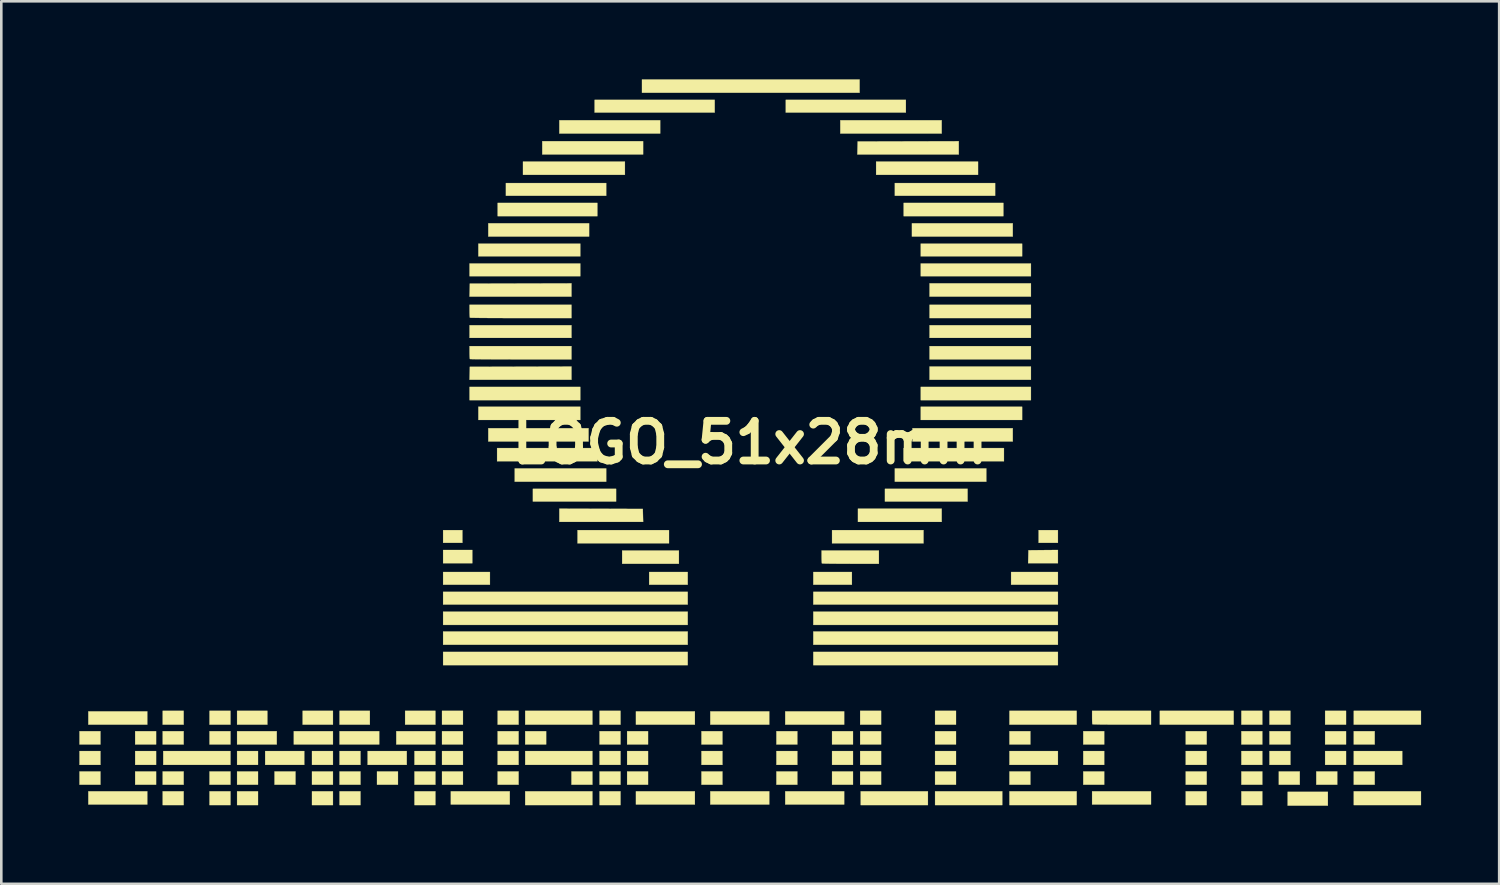
<source format=kicad_pcb>
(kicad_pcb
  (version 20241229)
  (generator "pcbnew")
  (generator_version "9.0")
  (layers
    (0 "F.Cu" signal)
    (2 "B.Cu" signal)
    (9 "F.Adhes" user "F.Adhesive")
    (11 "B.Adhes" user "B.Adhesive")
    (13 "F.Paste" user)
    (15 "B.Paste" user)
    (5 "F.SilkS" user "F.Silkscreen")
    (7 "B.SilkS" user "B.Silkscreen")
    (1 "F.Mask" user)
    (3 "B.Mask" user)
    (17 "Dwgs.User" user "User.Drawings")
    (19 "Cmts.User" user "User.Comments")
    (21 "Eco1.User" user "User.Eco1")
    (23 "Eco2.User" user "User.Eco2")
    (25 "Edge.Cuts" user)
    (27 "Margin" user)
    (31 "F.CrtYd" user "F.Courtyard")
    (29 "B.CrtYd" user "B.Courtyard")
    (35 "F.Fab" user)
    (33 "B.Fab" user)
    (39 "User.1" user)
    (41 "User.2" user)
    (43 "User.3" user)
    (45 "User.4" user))
  (footprint "LOGO_51x28mm"
    (layer "F.Cu")
    (at 25.765 13.954)
    (property "Reference" "LOGO_51x28mm" (at 0 0 0) (layer "F.SilkS") (effects (font (size 1.524 1.524) (thickness 0.3))))
    (attr through_hole)
    (fp_poly (pts (xy -24.956 11.599) (xy -25.76 11.599) (xy -25.76 11.091) (xy -24.956 11.091) (xy -24.956 11.599)) (stroke (width 0.01) (type solid)) (fill yes) (layer "F.SilkS"))
    (fp_poly (pts (xy -24.956 12.383) (xy -25.76 12.383) (xy -25.76 11.853) (xy -24.956 11.853) (xy -24.956 12.383)) (stroke (width 0.01) (type solid)) (fill yes) (layer "F.SilkS"))
    (fp_poly (pts (xy -24.956 13.145) (xy -25.76 13.145) (xy -25.76 12.636) (xy -24.956 12.636) (xy -24.956 13.145)) (stroke (width 0.01) (type solid)) (fill yes) (layer "F.SilkS"))
    (fp_poly (pts (xy -23.156 10.837) (xy -25.421 10.837) (xy -25.421 10.329) (xy -23.156 10.329) (xy -23.156 10.837)) (stroke (width 0.01) (type solid)) (fill yes) (layer "F.SilkS"))
    (fp_poly (pts (xy -23.156 13.906) (xy -25.421 13.906) (xy -25.421 13.399) (xy -23.156 13.399) (xy -23.156 13.906)) (stroke (width 0.01) (type solid)) (fill yes) (layer "F.SilkS"))
    (fp_poly (pts (xy -22.818 11.599) (xy -23.622 11.599) (xy -23.622 11.091) (xy -22.818 11.091) (xy -22.818 11.599)) (stroke (width 0.01) (type solid)) (fill yes) (layer "F.SilkS"))
    (fp_poly (pts (xy -22.818 12.383) (xy -23.622 12.383) (xy -23.622 11.853) (xy -22.818 11.853) (xy -22.818 12.383)) (stroke (width 0.01) (type solid)) (fill yes) (layer "F.SilkS"))
    (fp_poly (pts (xy -22.818 13.145) (xy -23.622 13.145) (xy -23.622 12.636) (xy -22.818 12.636) (xy -22.818 13.145)) (stroke (width 0.01) (type solid)) (fill yes) (layer "F.SilkS"))
    (fp_poly (pts (xy -21.759 10.837) (xy -22.564 10.837) (xy -22.564 10.308) (xy -21.759 10.308) (xy -21.759 10.837)) (stroke (width 0.01) (type solid)) (fill yes) (layer "F.SilkS"))
    (fp_poly (pts (xy -21.759 11.599) (xy -22.564 11.599) (xy -22.564 11.091) (xy -21.759 11.091) (xy -21.759 11.599)) (stroke (width 0.01) (type solid)) (fill yes) (layer "F.SilkS"))
    (fp_poly (pts (xy -21.759 13.145) (xy -22.564 13.145) (xy -22.564 12.636) (xy -21.759 12.636) (xy -21.759 13.145)) (stroke (width 0.01) (type solid)) (fill yes) (layer "F.SilkS"))
    (fp_poly (pts (xy -21.759 13.928) (xy -22.564 13.928) (xy -22.564 13.399) (xy -21.759 13.399) (xy -21.759 13.928)) (stroke (width 0.01) (type solid)) (fill yes) (layer "F.SilkS"))
    (fp_poly (pts (xy -19.96 10.837) (xy -20.765 10.837) (xy -20.765 10.308) (xy -19.96 10.308) (xy -19.96 10.837)) (stroke (width 0.01) (type solid)) (fill yes) (layer "F.SilkS"))
    (fp_poly (pts (xy -19.96 11.599) (xy -20.765 11.599) (xy -20.765 11.091) (xy -19.96 11.091) (xy -19.96 11.599)) (stroke (width 0.01) (type solid)) (fill yes) (layer "F.SilkS"))
    (fp_poly (pts (xy -19.96 12.383) (xy -22.543 12.383) (xy -22.543 11.853) (xy -19.96 11.853) (xy -19.96 12.383)) (stroke (width 0.01) (type solid)) (fill yes) (layer "F.SilkS"))
    (fp_poly (pts (xy -19.96 13.145) (xy -20.765 13.145) (xy -20.765 12.636) (xy -19.96 12.636) (xy -19.96 13.145)) (stroke (width 0.01) (type solid)) (fill yes) (layer "F.SilkS"))
    (fp_poly (pts (xy -19.96 13.928) (xy -20.765 13.928) (xy -20.765 13.399) (xy -19.96 13.399) (xy -19.96 13.928)) (stroke (width 0.01) (type solid)) (fill yes) (layer "F.SilkS"))
    (fp_poly (pts (xy -18.902 12.383) (xy -19.706 12.383) (xy -19.706 11.853) (xy -18.902 11.853) (xy -18.902 12.383)) (stroke (width 0.01) (type solid)) (fill yes) (layer "F.SilkS"))
    (fp_poly (pts (xy -18.902 13.145) (xy -19.706 13.145) (xy -19.706 12.636) (xy -18.902 12.636) (xy -18.902 13.145)) (stroke (width 0.01) (type solid)) (fill yes) (layer "F.SilkS"))
    (fp_poly (pts (xy -18.902 13.928) (xy -19.706 13.928) (xy -19.706 13.399) (xy -18.902 13.399) (xy -18.902 13.928)) (stroke (width 0.01) (type solid)) (fill yes) (layer "F.SilkS"))
    (fp_poly (pts (xy -18.542 10.837) (xy -19.706 10.837) (xy -19.706 10.308) (xy -18.542 10.308) (xy -18.542 10.837)) (stroke (width 0.01) (type solid)) (fill yes) (layer "F.SilkS"))
    (fp_poly (pts (xy -18.182 11.599) (xy -19.706 11.599) (xy -19.706 11.091) (xy -18.182 11.091) (xy -18.182 11.599)) (stroke (width 0.01) (type solid)) (fill yes) (layer "F.SilkS"))
    (fp_poly (pts (xy -17.462 13.145) (xy -18.267 13.145) (xy -18.267 12.636) (xy -17.462 12.636) (xy -17.462 13.145)) (stroke (width 0.01) (type solid)) (fill yes) (layer "F.SilkS"))
    (fp_poly (pts (xy -17.124 12.383) (xy -18.627 12.383) (xy -18.627 11.853) (xy -17.124 11.853) (xy -17.124 12.383)) (stroke (width 0.01) (type solid)) (fill yes) (layer "F.SilkS"))
    (fp_poly (pts (xy -16.023 10.837) (xy -17.187 10.837) (xy -17.187 10.308) (xy -16.023 10.308) (xy -16.023 10.837)) (stroke (width 0.01) (type solid)) (fill yes) (layer "F.SilkS"))
    (fp_poly (pts (xy -16.023 11.599) (xy -17.526 11.599) (xy -17.526 11.091) (xy -16.023 11.091) (xy -16.023 11.599)) (stroke (width 0.01) (type solid)) (fill yes) (layer "F.SilkS"))
    (fp_poly (pts (xy -16.023 12.383) (xy -16.828 12.383) (xy -16.828 11.853) (xy -16.023 11.853) (xy -16.023 12.383)) (stroke (width 0.01) (type solid)) (fill yes) (layer "F.SilkS"))
    (fp_poly (pts (xy -16.023 13.145) (xy -16.828 13.145) (xy -16.828 12.636) (xy -16.023 12.636) (xy -16.023 13.145)) (stroke (width 0.01) (type solid)) (fill yes) (layer "F.SilkS"))
    (fp_poly (pts (xy -16.023 13.928) (xy -16.828 13.928) (xy -16.828 13.399) (xy -16.023 13.399) (xy -16.023 13.928)) (stroke (width 0.01) (type solid)) (fill yes) (layer "F.SilkS"))
    (fp_poly (pts (xy -14.965 12.383) (xy -15.769 12.383) (xy -15.769 11.853) (xy -14.965 11.853) (xy -14.965 12.383)) (stroke (width 0.01) (type solid)) (fill yes) (layer "F.SilkS"))
    (fp_poly (pts (xy -14.965 13.145) (xy -15.769 13.145) (xy -15.769 12.636) (xy -14.965 12.636) (xy -14.965 13.145)) (stroke (width 0.01) (type solid)) (fill yes) (layer "F.SilkS"))
    (fp_poly (pts (xy -14.965 13.928) (xy -15.769 13.928) (xy -15.769 13.399) (xy -14.965 13.399) (xy -14.965 13.928)) (stroke (width 0.01) (type solid)) (fill yes) (layer "F.SilkS"))
    (fp_poly (pts (xy -14.605 10.837) (xy -15.769 10.837) (xy -15.769 10.308) (xy -14.605 10.308) (xy -14.605 10.837)) (stroke (width 0.01) (type solid)) (fill yes) (layer "F.SilkS"))
    (fp_poly (pts (xy -14.245 11.599) (xy -15.769 11.599) (xy -15.769 11.091) (xy -14.245 11.091) (xy -14.245 11.599)) (stroke (width 0.01) (type solid)) (fill yes) (layer "F.SilkS"))
    (fp_poly (pts (xy -13.525 13.145) (xy -14.33 13.145) (xy -14.33 12.636) (xy -13.525 12.636) (xy -13.525 13.145)) (stroke (width 0.01) (type solid)) (fill yes) (layer "F.SilkS"))
    (fp_poly (pts (xy -13.187 12.383) (xy -14.69 12.383) (xy -14.69 11.853) (xy -13.187 11.853) (xy -13.187 12.383)) (stroke (width 0.01) (type solid)) (fill yes) (layer "F.SilkS"))
    (fp_poly (pts (xy -12.086 10.837) (xy -13.25 10.837) (xy -13.25 10.308) (xy -12.086 10.308) (xy -12.086 10.837)) (stroke (width 0.01) (type solid)) (fill yes) (layer "F.SilkS"))
    (fp_poly (pts (xy -12.086 11.599) (xy -13.589 11.599) (xy -13.589 11.091) (xy -12.086 11.091) (xy -12.086 11.599)) (stroke (width 0.01) (type solid)) (fill yes) (layer "F.SilkS"))
    (fp_poly (pts (xy -12.086 12.383) (xy -12.89 12.383) (xy -12.89 11.853) (xy -12.086 11.853) (xy -12.086 12.383)) (stroke (width 0.01) (type solid)) (fill yes) (layer "F.SilkS"))
    (fp_poly (pts (xy -12.086 13.145) (xy -12.89 13.145) (xy -12.89 12.636) (xy -12.086 12.636) (xy -12.086 13.145)) (stroke (width 0.01) (type solid)) (fill yes) (layer "F.SilkS"))
    (fp_poly (pts (xy -12.086 13.928) (xy -12.89 13.928) (xy -12.89 13.399) (xy -12.086 13.399) (xy -12.086 13.928)) (stroke (width 0.01) (type solid)) (fill yes) (layer "F.SilkS"))
    (fp_poly (pts (xy -11.049 3.852) (xy -11.79 3.852) (xy -11.79 3.365) (xy -11.049 3.365) (xy -11.049 3.852)) (stroke (width 0.01) (type solid)) (fill yes) (layer "F.SilkS"))
    (fp_poly (pts (xy -11.028 10.837) (xy -11.832 10.837) (xy -11.832 10.308) (xy -11.028 10.308) (xy -11.028 10.837)) (stroke (width 0.01) (type solid)) (fill yes) (layer "F.SilkS"))
    (fp_poly (pts (xy -11.028 11.599) (xy -11.832 11.599) (xy -11.832 11.091) (xy -11.028 11.091) (xy -11.028 11.599)) (stroke (width 0.01) (type solid)) (fill yes) (layer "F.SilkS"))
    (fp_poly (pts (xy -11.028 12.383) (xy -11.832 12.383) (xy -11.832 11.853) (xy -11.028 11.853) (xy -11.028 12.383)) (stroke (width 0.01) (type solid)) (fill yes) (layer "F.SilkS"))
    (fp_poly (pts (xy -11.028 13.145) (xy -11.832 13.145) (xy -11.832 12.636) (xy -11.028 12.636) (xy -11.028 13.145)) (stroke (width 0.01) (type solid)) (fill yes) (layer "F.SilkS"))
    (fp_poly (pts (xy -10.668 4.636) (xy -11.79 4.636) (xy -11.79 4.128) (xy -10.668 4.128) (xy -10.668 4.636)) (stroke (width 0.01) (type solid)) (fill yes) (layer "F.SilkS"))
    (fp_poly (pts (xy -9.991 5.461) (xy -11.79 5.461) (xy -11.79 4.974) (xy -9.991 4.974) (xy -9.991 5.461)) (stroke (width 0.01) (type solid)) (fill yes) (layer "F.SilkS"))
    (fp_poly (pts (xy -9.229 13.906) (xy -11.493 13.906) (xy -11.493 13.399) (xy -9.229 13.399) (xy -9.229 13.906)) (stroke (width 0.01) (type solid)) (fill yes) (layer "F.SilkS"))
    (fp_poly (pts (xy -8.89 10.837) (xy -9.694 10.837) (xy -9.694 10.308) (xy -8.89 10.308) (xy -8.89 10.837)) (stroke (width 0.01) (type solid)) (fill yes) (layer "F.SilkS"))
    (fp_poly (pts (xy -8.89 11.599) (xy -9.694 11.599) (xy -9.694 11.091) (xy -8.89 11.091) (xy -8.89 11.599)) (stroke (width 0.01) (type solid)) (fill yes) (layer "F.SilkS"))
    (fp_poly (pts (xy -8.89 12.383) (xy -9.694 12.383) (xy -9.694 11.853) (xy -8.89 11.853) (xy -8.89 12.383)) (stroke (width 0.01) (type solid)) (fill yes) (layer "F.SilkS"))
    (fp_poly (pts (xy -8.89 13.145) (xy -9.694 13.145) (xy -9.694 12.636) (xy -8.89 12.636) (xy -8.89 13.145)) (stroke (width 0.01) (type solid)) (fill yes) (layer "F.SilkS"))
    (fp_poly (pts (xy -7.832 11.599) (xy -8.636 11.599) (xy -8.636 11.091) (xy -7.832 11.091) (xy -7.832 11.599)) (stroke (width 0.01) (type solid)) (fill yes) (layer "F.SilkS"))
    (fp_poly (pts (xy -6.858 -4.022) (xy -10.774 -4.022) (xy -10.774 -4.508) (xy -6.858 -4.508) (xy -6.858 -4.022)) (stroke (width 0.01) (type solid)) (fill yes) (layer "F.SilkS"))
    (fp_poly (pts (xy -6.519 -7.154) (xy -10.435 -7.154) (xy -10.435 -7.641) (xy -6.519 -7.641) (xy -6.519 -7.154)) (stroke (width 0.01) (type solid)) (fill yes) (layer "F.SilkS"))
    (fp_poly (pts (xy -6.519 -6.392) (xy -10.774 -6.392) (xy -10.774 -6.879) (xy -6.519 -6.879) (xy -6.519 -6.392)) (stroke (width 0.01) (type solid)) (fill yes) (layer "F.SilkS"))
    (fp_poly (pts (xy -6.519 -1.63) (xy -10.774 -1.63) (xy -10.774 -2.138) (xy -6.519 -2.138) (xy -6.519 -1.63)) (stroke (width 0.01) (type solid)) (fill yes) (layer "F.SilkS"))
    (fp_poly (pts (xy -6.519 -0.868) (xy -10.435 -0.868) (xy -10.435 -1.376) (xy -6.519 -1.376) (xy -6.519 -0.868)) (stroke (width 0.01) (type solid)) (fill yes) (layer "F.SilkS"))
    (fp_poly (pts (xy -6.202 -0.042) (xy -10.054 -0.042) (xy -10.054 -0.55) (xy -6.202 -0.55) (xy -6.202 -0.042)) (stroke (width 0.01) (type solid)) (fill yes) (layer "F.SilkS"))
    (fp_poly (pts (xy -6.181 -7.916) (xy -10.054 -7.916) (xy -10.054 -8.424) (xy -6.181 -8.424) (xy -6.181 -7.916)) (stroke (width 0.01) (type solid)) (fill yes) (layer "F.SilkS"))
    (fp_poly (pts (xy -6.054 10.837) (xy -8.636 10.837) (xy -8.636 10.308) (xy -6.054 10.308) (xy -6.054 10.837)) (stroke (width 0.01) (type solid)) (fill yes) (layer "F.SilkS"))
    (fp_poly (pts (xy -6.054 12.383) (xy -8.636 12.383) (xy -8.636 11.853) (xy -6.054 11.853) (xy -6.054 12.383)) (stroke (width 0.01) (type solid)) (fill yes) (layer "F.SilkS"))
    (fp_poly (pts (xy -6.054 13.145) (xy -6.858 13.145) (xy -6.858 12.636) (xy -6.054 12.636) (xy -6.054 13.145)) (stroke (width 0.01) (type solid)) (fill yes) (layer "F.SilkS"))
    (fp_poly (pts (xy -6.054 13.928) (xy -8.636 13.928) (xy -8.636 13.399) (xy -6.054 13.399) (xy -6.054 13.928)) (stroke (width 0.01) (type solid)) (fill yes) (layer "F.SilkS"))
    (fp_poly (pts (xy -5.863 -8.7) (xy -9.694 -8.7) (xy -9.694 -9.207) (xy -5.863 -9.207) (xy -5.863 -8.7)) (stroke (width 0.01) (type solid)) (fill yes) (layer "F.SilkS"))
    (fp_poly (pts (xy -5.863 0.72) (xy -9.716 0.72) (xy -9.716 0.212) (xy -5.863 0.212) (xy -5.863 0.72)) (stroke (width 0.01) (type solid)) (fill yes) (layer "F.SilkS"))
    (fp_poly (pts (xy -5.524 -9.483) (xy -9.377 -9.483) (xy -9.377 -9.97) (xy -5.524 -9.97) (xy -5.524 -9.483)) (stroke (width 0.01) (type solid)) (fill yes) (layer "F.SilkS"))
    (fp_poly (pts (xy -5.524 1.503) (xy -9.038 1.503) (xy -9.038 0.995) (xy -5.524 0.995) (xy -5.524 1.503)) (stroke (width 0.01) (type solid)) (fill yes) (layer "F.SilkS"))
    (fp_poly (pts (xy -5.144 2.265) (xy -8.34 2.265) (xy -8.34 1.778) (xy -5.144 1.778) (xy -5.144 2.265)) (stroke (width 0.01) (type solid)) (fill yes) (layer "F.SilkS"))
    (fp_poly (pts (xy -4.974 10.837) (xy -5.779 10.837) (xy -5.779 10.308) (xy -4.974 10.308) (xy -4.974 10.837)) (stroke (width 0.01) (type solid)) (fill yes) (layer "F.SilkS"))
    (fp_poly (pts (xy -4.974 11.599) (xy -5.779 11.599) (xy -5.779 11.091) (xy -4.974 11.091) (xy -4.974 11.599)) (stroke (width 0.01) (type solid)) (fill yes) (layer "F.SilkS"))
    (fp_poly (pts (xy -4.974 12.383) (xy -5.779 12.383) (xy -5.779 11.853) (xy -4.974 11.853) (xy -4.974 12.383)) (stroke (width 0.01) (type solid)) (fill yes) (layer "F.SilkS"))
    (fp_poly (pts (xy -4.974 13.145) (xy -5.779 13.145) (xy -5.779 12.636) (xy -4.974 12.636) (xy -4.974 13.145)) (stroke (width 0.01) (type solid)) (fill yes) (layer "F.SilkS"))
    (fp_poly (pts (xy -4.974 13.928) (xy -5.779 13.928) (xy -5.779 13.399) (xy -4.974 13.399) (xy -4.974 13.928)) (stroke (width 0.01) (type solid)) (fill yes) (layer "F.SilkS"))
    (fp_poly (pts (xy -4.805 -10.287) (xy -8.721 -10.287) (xy -8.721 -10.795) (xy -4.805 -10.795) (xy -4.805 -10.287)) (stroke (width 0.01) (type solid)) (fill yes) (layer "F.SilkS"))
    (fp_poly (pts (xy -4.106 -11.07) (xy -7.98 -11.07) (xy -7.98 -11.578) (xy -4.106 -11.578) (xy -4.106 -11.07)) (stroke (width 0.01) (type solid)) (fill yes) (layer "F.SilkS"))
    (fp_poly (pts (xy -3.916 11.599) (xy -4.72 11.599) (xy -4.72 11.091) (xy -3.916 11.091) (xy -3.916 11.599)) (stroke (width 0.01) (type solid)) (fill yes) (layer "F.SilkS"))
    (fp_poly (pts (xy -3.916 12.383) (xy -4.72 12.383) (xy -4.72 11.853) (xy -3.916 11.853) (xy -3.916 12.383)) (stroke (width 0.01) (type solid)) (fill yes) (layer "F.SilkS"))
    (fp_poly (pts (xy -3.916 13.145) (xy -4.72 13.145) (xy -4.72 12.636) (xy -3.916 12.636) (xy -3.916 13.145)) (stroke (width 0.01) (type solid)) (fill yes) (layer "F.SilkS"))
    (fp_poly (pts (xy -3.45 -11.874) (xy -7.324 -11.874) (xy -7.324 -12.383) (xy -3.45 -12.383) (xy -3.45 -11.874)) (stroke (width 0.01) (type solid)) (fill yes) (layer "F.SilkS"))
    (fp_poly (pts (xy -3.111 3.873) (xy -6.625 3.873) (xy -6.625 3.365) (xy -3.111 3.365) (xy -3.111 3.873)) (stroke (width 0.01) (type solid)) (fill yes) (layer "F.SilkS"))
    (fp_poly (pts (xy -2.731 4.657) (xy -4.911 4.657) (xy -4.911 4.149) (xy -2.731 4.149) (xy -2.731 4.657)) (stroke (width 0.01) (type solid)) (fill yes) (layer "F.SilkS"))
    (fp_poly (pts (xy -2.392 5.461) (xy -3.873 5.461) (xy -3.873 4.974) (xy -2.392 4.974) (xy -2.392 5.461)) (stroke (width 0.01) (type solid)) (fill yes) (layer "F.SilkS"))
    (fp_poly (pts (xy -2.392 6.223) (xy -11.79 6.223) (xy -11.79 5.736) (xy -2.392 5.736) (xy -2.392 6.223)) (stroke (width 0.01) (type solid)) (fill yes) (layer "F.SilkS"))
    (fp_poly (pts (xy -2.392 7.006) (xy -11.79 7.006) (xy -11.79 6.498) (xy -2.392 6.498) (xy -2.392 7.006)) (stroke (width 0.01) (type solid)) (fill yes) (layer "F.SilkS"))
    (fp_poly (pts (xy -2.392 7.768) (xy -11.79 7.768) (xy -11.79 7.26) (xy -2.392 7.26) (xy -2.392 7.768)) (stroke (width 0.01) (type solid)) (fill yes) (layer "F.SilkS"))
    (fp_poly (pts (xy -2.392 8.551) (xy -11.79 8.551) (xy -11.79 8.043) (xy -2.392 8.043) (xy -2.392 8.551)) (stroke (width 0.01) (type solid)) (fill yes) (layer "F.SilkS"))
    (fp_poly (pts (xy -2.117 10.837) (xy -4.381 10.837) (xy -4.381 10.329) (xy -2.117 10.329) (xy -2.117 10.837)) (stroke (width 0.01) (type solid)) (fill yes) (layer "F.SilkS"))
    (fp_poly (pts (xy -2.117 13.906) (xy -4.381 13.906) (xy -4.381 13.399) (xy -2.117 13.399) (xy -2.117 13.906)) (stroke (width 0.01) (type solid)) (fill yes) (layer "F.SilkS"))
    (fp_poly (pts (xy -1.355 -12.679) (xy -5.969 -12.679) (xy -5.969 -13.166) (xy -1.355 -13.166) (xy -1.355 -12.679)) (stroke (width 0.01) (type solid)) (fill yes) (layer "F.SilkS"))
    (fp_poly (pts (xy -1.058 11.599) (xy -1.863 11.599) (xy -1.863 11.091) (xy -1.058 11.091) (xy -1.058 11.599)) (stroke (width 0.01) (type solid)) (fill yes) (layer "F.SilkS"))
    (fp_poly (pts (xy -1.058 12.383) (xy -1.863 12.383) (xy -1.863 11.853) (xy -1.058 11.853) (xy -1.058 12.383)) (stroke (width 0.01) (type solid)) (fill yes) (layer "F.SilkS"))
    (fp_poly (pts (xy -1.058 13.145) (xy -1.863 13.145) (xy -1.863 12.636) (xy -1.058 12.636) (xy -1.058 13.145)) (stroke (width 0.01) (type solid)) (fill yes) (layer "F.SilkS"))
    (fp_poly (pts (xy 0.741 10.837) (xy -1.524 10.837) (xy -1.524 10.329) (xy 0.741 10.329) (xy 0.741 10.837)) (stroke (width 0.01) (type solid)) (fill yes) (layer "F.SilkS"))
    (fp_poly (pts (xy 0.741 13.906) (xy -1.524 13.906) (xy -1.524 13.399) (xy 0.741 13.399) (xy 0.741 13.906)) (stroke (width 0.01) (type solid)) (fill yes) (layer "F.SilkS"))
    (fp_poly (pts (xy 1.82 11.599) (xy 1.016 11.599) (xy 1.016 11.091) (xy 1.82 11.091) (xy 1.82 11.599)) (stroke (width 0.01) (type solid)) (fill yes) (layer "F.SilkS"))
    (fp_poly (pts (xy 1.82 12.383) (xy 1.016 12.383) (xy 1.016 11.853) (xy 1.82 11.853) (xy 1.82 12.383)) (stroke (width 0.01) (type solid)) (fill yes) (layer "F.SilkS"))
    (fp_poly (pts (xy 1.82 13.145) (xy 1.016 13.145) (xy 1.016 12.636) (xy 1.82 12.636) (xy 1.82 13.145)) (stroke (width 0.01) (type solid)) (fill yes) (layer "F.SilkS"))
    (fp_poly (pts (xy 3.619 10.837) (xy 1.355 10.837) (xy 1.355 10.329) (xy 3.619 10.329) (xy 3.619 10.837)) (stroke (width 0.01) (type solid)) (fill yes) (layer "F.SilkS"))
    (fp_poly (pts (xy 3.619 13.906) (xy 1.355 13.906) (xy 1.355 13.399) (xy 3.619 13.399) (xy 3.619 13.906)) (stroke (width 0.01) (type solid)) (fill yes) (layer "F.SilkS"))
    (fp_poly (pts (xy 3.916 5.461) (xy 2.434 5.461) (xy 2.434 4.974) (xy 3.916 4.974) (xy 3.916 5.461)) (stroke (width 0.01) (type solid)) (fill yes) (layer "F.SilkS"))
    (fp_poly (pts (xy 3.958 11.599) (xy 3.154 11.599) (xy 3.154 11.091) (xy 3.958 11.091) (xy 3.958 11.599)) (stroke (width 0.01) (type solid)) (fill yes) (layer "F.SilkS"))
    (fp_poly (pts (xy 3.958 12.383) (xy 3.154 12.383) (xy 3.154 11.853) (xy 3.958 11.853) (xy 3.958 12.383)) (stroke (width 0.01) (type solid)) (fill yes) (layer "F.SilkS"))
    (fp_poly (pts (xy 3.958 13.145) (xy 3.154 13.145) (xy 3.154 12.636) (xy 3.958 12.636) (xy 3.958 13.145)) (stroke (width 0.01) (type solid)) (fill yes) (layer "F.SilkS"))
    (fp_poly (pts (xy 4.212 -13.441) (xy -4.149 -13.441) (xy -4.149 -13.949) (xy 4.212 -13.949) (xy 4.212 -13.441)) (stroke (width 0.01) (type solid)) (fill yes) (layer "F.SilkS"))
    (fp_poly (pts (xy 5.038 10.837) (xy 4.233 10.837) (xy 4.233 10.308) (xy 5.038 10.308) (xy 5.038 10.837)) (stroke (width 0.01) (type solid)) (fill yes) (layer "F.SilkS"))
    (fp_poly (pts (xy 5.038 11.599) (xy 4.233 11.599) (xy 4.233 11.091) (xy 5.038 11.091) (xy 5.038 11.599)) (stroke (width 0.01) (type solid)) (fill yes) (layer "F.SilkS"))
    (fp_poly (pts (xy 5.038 12.383) (xy 4.233 12.383) (xy 4.233 11.853) (xy 5.038 11.853) (xy 5.038 12.383)) (stroke (width 0.01) (type solid)) (fill yes) (layer "F.SilkS"))
    (fp_poly (pts (xy 5.038 13.145) (xy 4.233 13.145) (xy 4.233 12.636) (xy 5.038 12.636) (xy 5.038 13.145)) (stroke (width 0.01) (type solid)) (fill yes) (layer "F.SilkS"))
    (fp_poly (pts (xy 5.99 -12.679) (xy 1.376 -12.679) (xy 1.376 -13.166) (xy 5.99 -13.166) (xy 5.99 -12.679)) (stroke (width 0.01) (type solid)) (fill yes) (layer "F.SilkS"))
    (fp_poly (pts (xy 6.668 3.873) (xy 3.154 3.873) (xy 3.154 3.365) (xy 6.668 3.365) (xy 6.668 3.873)) (stroke (width 0.01) (type solid)) (fill yes) (layer "F.SilkS"))
    (fp_poly (pts (xy 6.837 13.928) (xy 4.255 13.928) (xy 4.255 13.399) (xy 6.837 13.399) (xy 6.837 13.928)) (stroke (width 0.01) (type solid)) (fill yes) (layer "F.SilkS"))
    (fp_poly (pts (xy 7.366 -11.874) (xy 3.471 -11.874) (xy 3.471 -12.383) (xy 7.366 -12.383) (xy 7.366 -11.874)) (stroke (width 0.01) (type solid)) (fill yes) (layer "F.SilkS"))
    (fp_poly (pts (xy 7.366 3.048) (xy 4.149 3.048) (xy 4.149 2.54) (xy 7.366 2.54) (xy 7.366 3.048)) (stroke (width 0.01) (type solid)) (fill yes) (layer "F.SilkS"))
    (fp_poly (pts (xy 7.916 10.837) (xy 7.112 10.837) (xy 7.112 10.308) (xy 7.916 10.308) (xy 7.916 10.837)) (stroke (width 0.01) (type solid)) (fill yes) (layer "F.SilkS"))
    (fp_poly (pts (xy 7.916 11.599) (xy 7.112 11.599) (xy 7.112 11.091) (xy 7.916 11.091) (xy 7.916 11.599)) (stroke (width 0.01) (type solid)) (fill yes) (layer "F.SilkS"))
    (fp_poly (pts (xy 7.916 12.383) (xy 7.112 12.383) (xy 7.112 11.853) (xy 7.916 11.853) (xy 7.916 12.383)) (stroke (width 0.01) (type solid)) (fill yes) (layer "F.SilkS"))
    (fp_poly (pts (xy 7.916 13.145) (xy 7.112 13.145) (xy 7.112 12.636) (xy 7.916 12.636) (xy 7.916 13.145)) (stroke (width 0.01) (type solid)) (fill yes) (layer "F.SilkS"))
    (fp_poly (pts (xy 8.361 2.265) (xy 5.186 2.265) (xy 5.186 1.778) (xy 8.361 1.778) (xy 8.361 2.265)) (stroke (width 0.01) (type solid)) (fill yes) (layer "F.SilkS"))
    (fp_poly (pts (xy 8.763 -10.287) (xy 4.847 -10.287) (xy 4.847 -10.795) (xy 8.763 -10.795) (xy 8.763 -10.287)) (stroke (width 0.01) (type solid)) (fill yes) (layer "F.SilkS"))
    (fp_poly (pts (xy 9.081 1.503) (xy 5.567 1.503) (xy 5.567 0.995) (xy 9.081 0.995) (xy 9.081 1.503)) (stroke (width 0.01) (type solid)) (fill yes) (layer "F.SilkS"))
    (fp_poly (pts (xy 9.419 -9.483) (xy 5.567 -9.483) (xy 5.567 -9.97) (xy 9.419 -9.97) (xy 9.419 -9.483)) (stroke (width 0.01) (type solid)) (fill yes) (layer "F.SilkS"))
    (fp_poly (pts (xy 9.694 13.928) (xy 7.112 13.928) (xy 7.112 13.399) (xy 9.694 13.399) (xy 9.694 13.928)) (stroke (width 0.01) (type solid)) (fill yes) (layer "F.SilkS"))
    (fp_poly (pts (xy 9.737 -8.7) (xy 5.905 -8.7) (xy 5.905 -9.207) (xy 9.737 -9.207) (xy 9.737 -8.7)) (stroke (width 0.01) (type solid)) (fill yes) (layer "F.SilkS"))
    (fp_poly (pts (xy 9.758 0.72) (xy 5.905 0.72) (xy 5.905 0.212) (xy 9.758 0.212) (xy 9.758 0.72)) (stroke (width 0.01) (type solid)) (fill yes) (layer "F.SilkS"))
    (fp_poly (pts (xy 10.097 -7.916) (xy 6.223 -7.916) (xy 6.223 -8.424) (xy 10.097 -8.424) (xy 10.097 -7.916)) (stroke (width 0.01) (type solid)) (fill yes) (layer "F.SilkS"))
    (fp_poly (pts (xy 10.097 -0.042) (xy 6.244 -0.042) (xy 6.244 -0.55) (xy 10.097 -0.55) (xy 10.097 -0.042)) (stroke (width 0.01) (type solid)) (fill yes) (layer "F.SilkS"))
    (fp_poly (pts (xy 10.456 -7.154) (xy 6.562 -7.154) (xy 6.562 -7.641) (xy 10.456 -7.641) (xy 10.456 -7.154)) (stroke (width 0.01) (type solid)) (fill yes) (layer "F.SilkS"))
    (fp_poly (pts (xy 10.456 -0.868) (xy 6.562 -0.868) (xy 6.562 -1.376) (xy 10.456 -1.376) (xy 10.456 -0.868)) (stroke (width 0.01) (type solid)) (fill yes) (layer "F.SilkS"))
    (fp_poly (pts (xy 10.774 11.599) (xy 9.97 11.599) (xy 9.97 11.091) (xy 10.774 11.091) (xy 10.774 11.599)) (stroke (width 0.01) (type solid)) (fill yes) (layer "F.SilkS"))
    (fp_poly (pts (xy 10.774 13.145) (xy 9.97 13.145) (xy 9.97 12.636) (xy 10.774 12.636) (xy 10.774 13.145)) (stroke (width 0.01) (type solid)) (fill yes) (layer "F.SilkS"))
    (fp_poly (pts (xy 10.795 -6.392) (xy 6.562 -6.392) (xy 6.562 -6.879) (xy 10.795 -6.879) (xy 10.795 -6.392)) (stroke (width 0.01) (type solid)) (fill yes) (layer "F.SilkS"))
    (fp_poly (pts (xy 10.795 -5.609) (xy 6.9 -5.609) (xy 6.9 -6.117) (xy 10.795 -6.117) (xy 10.795 -5.609)) (stroke (width 0.01) (type solid)) (fill yes) (layer "F.SilkS"))
    (fp_poly (pts (xy 10.795 -4.784) (xy 6.9 -4.784) (xy 6.9 -5.292) (xy 10.795 -5.292) (xy 10.795 -4.784)) (stroke (width 0.01) (type solid)) (fill yes) (layer "F.SilkS"))
    (fp_poly (pts (xy 10.795 -4.022) (xy 6.9 -4.022) (xy 6.9 -4.508) (xy 10.795 -4.508) (xy 10.795 -4.022)) (stroke (width 0.01) (type solid)) (fill yes) (layer "F.SilkS"))
    (fp_poly (pts (xy 10.795 -3.196) (xy 6.9 -3.196) (xy 6.9 -3.704) (xy 10.795 -3.704) (xy 10.795 -3.196)) (stroke (width 0.01) (type solid)) (fill yes) (layer "F.SilkS"))
    (fp_poly (pts (xy 10.795 -2.413) (xy 6.9 -2.413) (xy 6.9 -2.921) (xy 10.795 -2.921) (xy 10.795 -2.413)) (stroke (width 0.01) (type solid)) (fill yes) (layer "F.SilkS"))
    (fp_poly (pts (xy 10.795 -1.63) (xy 6.562 -1.63) (xy 6.562 -2.138) (xy 10.795 -2.138) (xy 10.795 -1.63)) (stroke (width 0.01) (type solid)) (fill yes) (layer "F.SilkS"))
    (fp_poly (pts (xy 11.832 3.852) (xy 11.091 3.852) (xy 11.091 3.365) (xy 11.832 3.365) (xy 11.832 3.852)) (stroke (width 0.01) (type solid)) (fill yes) (layer "F.SilkS"))
    (fp_poly (pts (xy 11.832 5.461) (xy 10.033 5.461) (xy 10.033 4.974) (xy 11.832 4.974) (xy 11.832 5.461)) (stroke (width 0.01) (type solid)) (fill yes) (layer "F.SilkS"))
    (fp_poly (pts (xy 11.832 6.223) (xy 2.434 6.223) (xy 2.434 5.736) (xy 11.832 5.736) (xy 11.832 6.223)) (stroke (width 0.01) (type solid)) (fill yes) (layer "F.SilkS"))
    (fp_poly (pts (xy 11.832 7.006) (xy 2.434 7.006) (xy 2.434 6.498) (xy 11.832 6.498) (xy 11.832 7.006)) (stroke (width 0.01) (type solid)) (fill yes) (layer "F.SilkS"))
    (fp_poly (pts (xy 11.832 7.768) (xy 2.434 7.768) (xy 2.434 7.26) (xy 11.832 7.26) (xy 11.832 7.768)) (stroke (width 0.01) (type solid)) (fill yes) (layer "F.SilkS"))
    (fp_poly (pts (xy 11.832 8.551) (xy 2.434 8.551) (xy 2.434 8.043) (xy 11.832 8.043) (xy 11.832 8.551)) (stroke (width 0.01) (type solid)) (fill yes) (layer "F.SilkS"))
    (fp_poly (pts (xy 11.832 12.383) (xy 9.97 12.383) (xy 9.97 11.853) (xy 11.832 11.853) (xy 11.832 12.383)) (stroke (width 0.01) (type solid)) (fill yes) (layer "F.SilkS"))
    (fp_poly (pts (xy 12.552 10.837) (xy 9.97 10.837) (xy 9.97 10.308) (xy 12.552 10.308) (xy 12.552 10.837)) (stroke (width 0.01) (type solid)) (fill yes) (layer "F.SilkS"))
    (fp_poly (pts (xy 12.552 13.928) (xy 9.97 13.928) (xy 9.97 13.399) (xy 12.552 13.399) (xy 12.552 13.928)) (stroke (width 0.01) (type solid)) (fill yes) (layer "F.SilkS"))
    (fp_poly (pts (xy 13.61 11.599) (xy 12.806 11.599) (xy 12.806 11.091) (xy 13.61 11.091) (xy 13.61 11.599)) (stroke (width 0.01) (type solid)) (fill yes) (layer "F.SilkS"))
    (fp_poly (pts (xy 13.61 12.383) (xy 12.806 12.383) (xy 12.806 11.853) (xy 13.61 11.853) (xy 13.61 12.383)) (stroke (width 0.01) (type solid)) (fill yes) (layer "F.SilkS"))
    (fp_poly (pts (xy 13.61 13.145) (xy 12.806 13.145) (xy 12.806 12.636) (xy 13.61 12.636) (xy 13.61 13.145)) (stroke (width 0.01) (type solid)) (fill yes) (layer "F.SilkS"))
    (fp_poly (pts (xy 15.409 13.906) (xy 13.145 13.906) (xy 13.145 13.399) (xy 15.409 13.399) (xy 15.409 13.906)) (stroke (width 0.01) (type solid)) (fill yes) (layer "F.SilkS"))
    (fp_poly (pts (xy 17.547 11.599) (xy 16.743 11.599) (xy 16.743 11.091) (xy 17.547 11.091) (xy 17.547 11.599)) (stroke (width 0.01) (type solid)) (fill yes) (layer "F.SilkS"))
    (fp_poly (pts (xy 17.547 12.383) (xy 16.743 12.383) (xy 16.743 11.853) (xy 17.547 11.853) (xy 17.547 12.383)) (stroke (width 0.01) (type solid)) (fill yes) (layer "F.SilkS"))
    (fp_poly (pts (xy 17.547 13.145) (xy 16.743 13.145) (xy 16.743 12.636) (xy 17.547 12.636) (xy 17.547 13.145)) (stroke (width 0.01) (type solid)) (fill yes) (layer "F.SilkS"))
    (fp_poly (pts (xy 17.547 13.928) (xy 16.743 13.928) (xy 16.743 13.399) (xy 17.547 13.399) (xy 17.547 13.928)) (stroke (width 0.01) (type solid)) (fill yes) (layer "F.SilkS"))
    (fp_poly (pts (xy 18.584 10.837) (xy 15.748 10.837) (xy 15.748 10.308) (xy 18.584 10.308) (xy 18.584 10.837)) (stroke (width 0.01) (type solid)) (fill yes) (layer "F.SilkS"))
    (fp_poly (pts (xy 19.685 10.837) (xy 18.881 10.837) (xy 18.881 10.308) (xy 19.685 10.308) (xy 19.685 10.837)) (stroke (width 0.01) (type solid)) (fill yes) (layer "F.SilkS"))
    (fp_poly (pts (xy 19.685 11.599) (xy 18.881 11.599) (xy 18.881 11.091) (xy 19.685 11.091) (xy 19.685 11.599)) (stroke (width 0.01) (type solid)) (fill yes) (layer "F.SilkS"))
    (fp_poly (pts (xy 19.685 12.383) (xy 18.881 12.383) (xy 18.881 11.853) (xy 19.685 11.853) (xy 19.685 12.383)) (stroke (width 0.01) (type solid)) (fill yes) (layer "F.SilkS"))
    (fp_poly (pts (xy 19.685 13.145) (xy 18.881 13.145) (xy 18.881 12.636) (xy 19.685 12.636) (xy 19.685 13.145)) (stroke (width 0.01) (type solid)) (fill yes) (layer "F.SilkS"))
    (fp_poly (pts (xy 19.685 13.928) (xy 18.881 13.928) (xy 18.881 13.399) (xy 19.685 13.399) (xy 19.685 13.928)) (stroke (width 0.01) (type solid)) (fill yes) (layer "F.SilkS"))
    (fp_poly (pts (xy 20.765 10.837) (xy 19.96 10.837) (xy 19.96 10.308) (xy 20.765 10.308) (xy 20.765 10.837)) (stroke (width 0.01) (type solid)) (fill yes) (layer "F.SilkS"))
    (fp_poly (pts (xy 20.765 11.599) (xy 19.96 11.599) (xy 19.96 11.091) (xy 20.765 11.091) (xy 20.765 11.599)) (stroke (width 0.01) (type solid)) (fill yes) (layer "F.SilkS"))
    (fp_poly (pts (xy 20.765 12.383) (xy 19.96 12.383) (xy 19.96 11.853) (xy 20.765 11.853) (xy 20.765 12.383)) (stroke (width 0.01) (type solid)) (fill yes) (layer "F.SilkS"))
    (fp_poly (pts (xy 21.124 13.145) (xy 20.32 13.145) (xy 20.32 12.636) (xy 21.124 12.636) (xy 21.124 13.145)) (stroke (width 0.01) (type solid)) (fill yes) (layer "F.SilkS"))
    (fp_poly (pts (xy 22.204 13.949) (xy 20.659 13.949) (xy 20.659 13.42) (xy 22.204 13.42) (xy 22.204 13.949)) (stroke (width 0.01) (type solid)) (fill yes) (layer "F.SilkS"))
    (fp_poly (pts (xy 22.564 13.145) (xy 21.759 13.145) (xy 21.759 12.636) (xy 22.564 12.636) (xy 22.564 13.145)) (stroke (width 0.01) (type solid)) (fill yes) (layer "F.SilkS"))
    (fp_poly (pts (xy 22.902 10.837) (xy 22.098 10.837) (xy 22.098 10.308) (xy 22.902 10.308) (xy 22.902 10.837)) (stroke (width 0.01) (type solid)) (fill yes) (layer "F.SilkS"))
    (fp_poly (pts (xy 22.902 11.599) (xy 22.098 11.599) (xy 22.098 11.091) (xy 22.902 11.091) (xy 22.902 11.599)) (stroke (width 0.01) (type solid)) (fill yes) (layer "F.SilkS"))
    (fp_poly (pts (xy 22.902 12.383) (xy 22.098 12.383) (xy 22.098 11.853) (xy 22.902 11.853) (xy 22.902 12.383)) (stroke (width 0.01) (type solid)) (fill yes) (layer "F.SilkS"))
    (fp_poly (pts (xy 24.003 11.599) (xy 23.199 11.599) (xy 23.199 11.091) (xy 24.003 11.091) (xy 24.003 11.599)) (stroke (width 0.01) (type solid)) (fill yes) (layer "F.SilkS"))
    (fp_poly (pts (xy 24.003 13.145) (xy 23.199 13.145) (xy 23.199 12.636) (xy 24.003 12.636) (xy 24.003 13.145)) (stroke (width 0.01) (type solid)) (fill yes) (layer "F.SilkS"))
    (fp_poly (pts (xy 25.061 12.383) (xy 23.199 12.383) (xy 23.199 11.853) (xy 25.061 11.853) (xy 25.061 12.383)) (stroke (width 0.01) (type solid)) (fill yes) (layer "F.SilkS"))
    (fp_poly (pts (xy 25.781 10.837) (xy 23.199 10.837) (xy 23.199 10.308) (xy 25.781 10.308) (xy 25.781 10.837)) (stroke (width 0.01) (type solid)) (fill yes) (layer "F.SilkS"))
    (fp_poly (pts (xy 25.781 13.928) (xy 23.199 13.928) (xy 23.199 13.399) (xy 25.781 13.399) (xy 25.781 13.928)) (stroke (width 0.01) (type solid)) (fill yes) (layer "F.SilkS"))
    (fp_poly (pts (xy -6.858 -5.609) (xy -10.775 -5.609) (xy -10.769 -5.858) (xy -10.763 -6.107) (xy -6.858 -6.117) (xy -6.858 -5.609)) (stroke (width 0.01) (type solid)) (fill yes) (layer "F.SilkS"))
    (fp_poly (pts (xy -6.858 -2.413) (xy -10.775 -2.413) (xy -10.769 -2.662) (xy -10.763 -2.91) (xy -6.858 -2.921) (xy -6.858 -2.413)) (stroke (width 0.01) (type solid)) (fill yes) (layer "F.SilkS"))
    (fp_poly (pts (xy -5.72 2.545) (xy -4.117 2.551) (xy -4.111 2.799) (xy -4.105 3.048) (xy -7.324 3.048) (xy -7.324 2.54) (xy -5.72 2.545)) (stroke (width 0.01) (type solid)) (fill yes) (layer "F.SilkS"))
    (fp_poly (pts (xy 8.022 -11.07) (xy 4.126 -11.07) (xy 4.132 -11.319) (xy 4.138 -11.568) (xy 6.08 -11.573) (xy 8.022 -11.578) (xy 8.022 -11.07)) (stroke (width 0.01) (type solid)) (fill yes) (layer "F.SilkS"))
    (fp_poly (pts (xy 11.832 4.636) (xy 10.688 4.636) (xy 10.694 4.387) (xy 10.7 4.138) (xy 11.266 4.132) (xy 11.832 4.127) (xy 11.832 4.636)) (stroke (width 0.01) (type solid)) (fill yes) (layer "F.SilkS"))
    (fp_poly (pts (xy 4.953 4.657) (xy 3.866 4.657) (xy 3.656 4.656) (xy 3.458 4.656) (xy 3.278 4.654) (xy 3.118 4.653) (xy 2.983 4.651) (xy 2.877 4.649) (xy 2.804 4.646) (xy 2.769 4.643) (xy 2.766 4.643) (xy 2.76 4.617) (xy 2.756 4.558) (xy 2.753 4.475) (xy 2.752 4.389) (xy 2.752 4.149) (xy 4.953 4.149) (xy 4.953 4.657)) (stroke (width 0.01) (type solid)) (fill yes) (layer "F.SilkS"))
    (fp_poly (pts (xy 15.409 10.837) (xy 14.291 10.837) (xy 14.077 10.837) (xy 13.877 10.836) (xy 13.693 10.835) (xy 13.529 10.834) (xy 13.391 10.832) (xy 13.281 10.829) (xy 13.204 10.827) (xy 13.164 10.824) (xy 13.159 10.823) (xy 13.153 10.798) (xy 13.149 10.739) (xy 13.146 10.655) (xy 13.145 10.559) (xy 13.145 10.308) (xy 15.409 10.308) (xy 15.409 10.837)) (stroke (width 0.01) (type solid)) (fill yes) (layer "F.SilkS"))
    (fp_poly (pts (xy -6.858 -4.784) (xy -8.802 -4.784) (xy -9.085 -4.784) (xy -9.356 -4.784) (xy -9.612 -4.785) (xy -9.85 -4.786) (xy -10.067 -4.787) (xy -10.26 -4.788) (xy -10.426 -4.79) (xy -10.562 -4.792) (xy -10.664 -4.794) (xy -10.731 -4.795) (xy -10.759 -4.798) (xy -10.76 -4.798) (xy -10.765 -4.823) (xy -10.77 -4.882) (xy -10.773 -4.965) (xy -10.774 -5.052) (xy -10.774 -5.292) (xy -6.858 -5.292) (xy -6.858 -4.784)) (stroke (width 0.01) (type solid)) (fill yes) (layer "F.SilkS"))
    (fp_poly (pts (xy -6.858 -3.196) (xy -8.802 -3.196) (xy -9.085 -3.196) (xy -9.356 -3.197) (xy -9.612 -3.197) (xy -9.85 -3.198) (xy -10.067 -3.2) (xy -10.26 -3.201) (xy -10.426 -3.202) (xy -10.562 -3.204) (xy -10.664 -3.206) (xy -10.731 -3.208) (xy -10.759 -3.21) (xy -10.76 -3.21) (xy -10.765 -3.236) (xy -10.77 -3.295) (xy -10.773 -3.378) (xy -10.774 -3.464) (xy -10.774 -3.704) (xy -6.858 -3.704) (xy -6.858 -3.196)) (stroke (width 0.01) (type solid)) (fill yes) (layer "F.SilkS")))
  (gr_rect
    (start -3 -3)
    (end 54.551 30.908)
    (stroke (width 0.1) (type default))
    (fill no)
    (layer "Edge.Cuts")))
</source>
